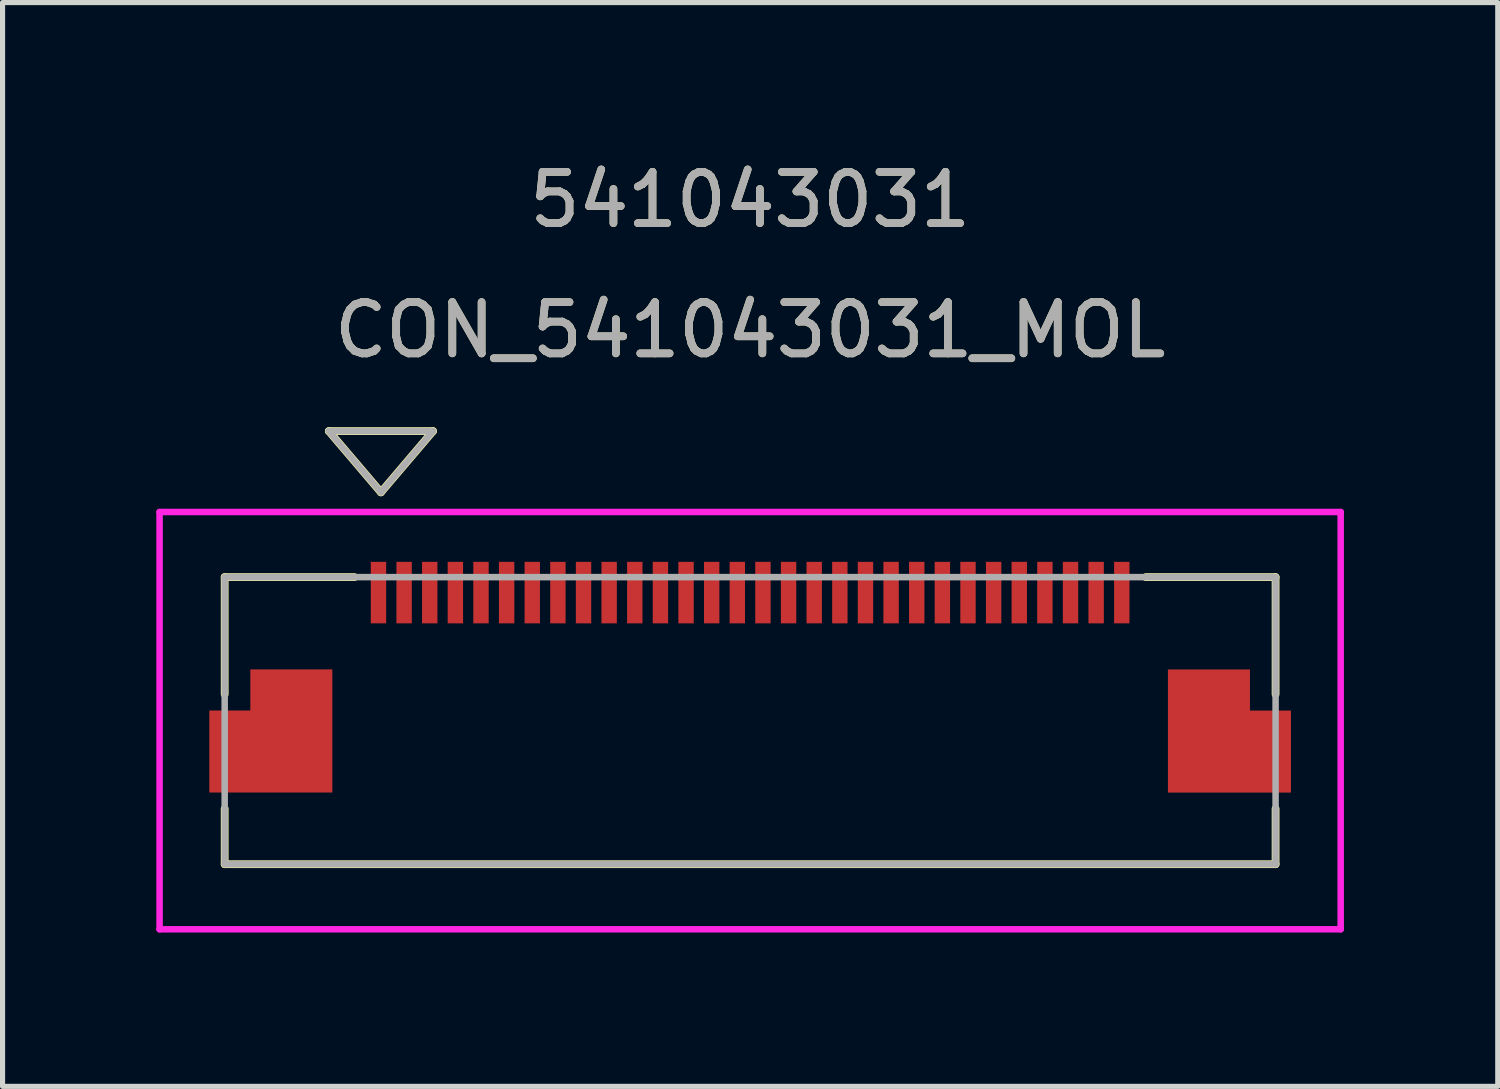
<source format=kicad_pcb>
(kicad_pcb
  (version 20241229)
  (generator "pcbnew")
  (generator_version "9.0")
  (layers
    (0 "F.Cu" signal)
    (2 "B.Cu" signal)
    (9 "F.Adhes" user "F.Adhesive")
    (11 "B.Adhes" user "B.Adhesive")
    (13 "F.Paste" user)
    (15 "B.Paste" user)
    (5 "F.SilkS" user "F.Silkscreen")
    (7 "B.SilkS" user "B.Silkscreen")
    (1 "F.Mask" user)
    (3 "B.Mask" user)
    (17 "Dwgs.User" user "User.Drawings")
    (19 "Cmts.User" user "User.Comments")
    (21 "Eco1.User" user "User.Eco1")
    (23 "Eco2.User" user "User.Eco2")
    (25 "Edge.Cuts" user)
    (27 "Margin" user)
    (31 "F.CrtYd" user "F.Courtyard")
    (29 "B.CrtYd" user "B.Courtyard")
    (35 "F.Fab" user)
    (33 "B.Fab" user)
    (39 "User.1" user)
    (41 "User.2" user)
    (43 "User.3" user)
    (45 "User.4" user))
  (footprint "CON_541043031_MOL"
    (layer "F.Cu")
    (at 11.583 11.008)
    (property "Reference" "CON_541043031_MOL" (at 0 -7.62 0) (unlocked yes) (layer "F.SilkS") (effects (font (size 1 1) (thickness 0.15))))
    (attr smd)
    (fp_line (start -10.25 -2.8) (end -10.25 -0.516) (stroke (width 0.152) (type solid)) (layer "F.SilkS"))
    (fp_line (start -10.25 1.719) (end -10.25 2.8) (stroke (width 0.152) (type solid)) (layer "F.SilkS"))
    (fp_line (start -10.25 2.8) (end 10.25 2.8) (stroke (width 0.152) (type solid)) (layer "F.SilkS"))
    (fp_line (start -8.218 -5.648) (end -7.202 -4.454) (stroke (width 0.152) (type solid)) (layer "F.SilkS"))
    (fp_line (start -8.218 -5.648) (end -6.186 -5.648) (stroke (width 0.152) (type solid)) (layer "F.SilkS"))
    (fp_line (start -7.717 -2.8) (end -10.25 -2.8) (stroke (width 0.152) (type solid)) (layer "F.SilkS"))
    (fp_line (start -6.186 -5.648) (end -7.202 -4.454) (stroke (width 0.152) (type solid)) (layer "F.SilkS"))
    (fp_line (start 10.25 -2.8) (end 7.718 -2.8) (stroke (width 0.152) (type solid)) (layer "F.SilkS"))
    (fp_line (start 10.25 -0.516) (end 10.25 -2.8) (stroke (width 0.152) (type solid)) (layer "F.SilkS"))
    (fp_line (start 10.25 2.8) (end 10.25 1.719) (stroke (width 0.152) (type solid)) (layer "F.SilkS"))
    (fp_line (start -11.52 -4.07) (end -11.52 4.07) (stroke (width 0.127) (type solid)) (layer "F.CrtYd"))
    (fp_line (start -11.52 4.07) (end 11.52 4.07) (stroke (width 0.127) (type solid)) (layer "F.CrtYd"))
    (fp_line (start 11.52 -4.07) (end -11.52 -4.07) (stroke (width 0.127) (type solid)) (layer "F.CrtYd"))
    (fp_line (start 11.52 4.07) (end 11.52 -4.07) (stroke (width 0.127) (type solid)) (layer "F.CrtYd"))
    (fp_line (start -10.25 -2.8) (end -10.25 2.8) (stroke (width 0.127) (type solid)) (layer "F.Fab"))
    (fp_line (start -10.25 2.8) (end 10.25 2.8) (stroke (width 0.127) (type solid)) (layer "F.Fab"))
    (fp_line (start -8.218 -5.648) (end -7.202 -4.454) (stroke (width 0.127) (type solid)) (layer "F.Fab"))
    (fp_line (start -8.218 -5.648) (end -6.186 -5.648) (stroke (width 0.127) (type solid)) (layer "F.Fab"))
    (fp_line (start -6.186 -5.648) (end -7.202 -4.454) (stroke (width 0.127) (type solid)) (layer "F.Fab"))
    (fp_line (start 10.25 -2.8) (end -10.25 -2.8) (stroke (width 0.127) (type solid)) (layer "F.Fab"))
    (fp_line (start 10.25 2.8) (end 10.25 -2.8) (stroke (width 0.127) (type solid)) (layer "F.Fab"))
    (fp_text user "541043031" (at 0 -10.16 0) (unlocked yes) (layer "F.SilkS") (effects (font (size 1 1) (thickness 0.15))))
    (fp_text user "${REFERENCE}" (at 0 -7.62 0) (unlocked yes) (layer "F.Fab") (effects (font (size 1 1) (thickness 0.15))))
    (fp_text user "541043031" (at 0 -10.16 0) (unlocked yes) (layer "F.Fab") (effects (font (size 1 1) (thickness 0.15))))
    (pad "1" smd rect (at -7.25 -2.498) (size 0.3 1.2) (layers "F.Cu" "F.Mask" "F.Paste"))
    (pad "2" smd rect (at -6.75 -2.498) (size 0.3 1.2) (layers "F.Cu" "F.Mask" "F.Paste"))
    (pad "3" smd rect (at -6.25 -2.498) (size 0.3 1.2) (layers "F.Cu" "F.Mask" "F.Paste"))
    (pad "4" smd rect (at -5.75 -2.498) (size 0.3 1.2) (layers "F.Cu" "F.Mask" "F.Paste"))
    (pad "5" smd rect (at -5.25 -2.498) (size 0.3 1.2) (layers "F.Cu" "F.Mask" "F.Paste"))
    (pad "6" smd rect (at -4.75 -2.498) (size 0.3 1.2) (layers "F.Cu" "F.Mask" "F.Paste"))
    (pad "7" smd rect (at -4.25 -2.498) (size 0.3 1.2) (layers "F.Cu" "F.Mask" "F.Paste"))
    (pad "8" smd rect (at -3.75 -2.498) (size 0.3 1.2) (layers "F.Cu" "F.Mask" "F.Paste"))
    (pad "9" smd rect (at -3.25 -2.498) (size 0.3 1.2) (layers "F.Cu" "F.Mask" "F.Paste"))
    (pad "10" smd rect (at -2.75 -2.498) (size 0.3 1.2) (layers "F.Cu" "F.Mask" "F.Paste"))
    (pad "11" smd rect (at -2.25 -2.498) (size 0.3 1.2) (layers "F.Cu" "F.Mask" "F.Paste"))
    (pad "12" smd rect (at -1.75 -2.498) (size 0.3 1.2) (layers "F.Cu" "F.Mask" "F.Paste"))
    (pad "13" smd rect (at -1.25 -2.498) (size 0.3 1.2) (layers "F.Cu" "F.Mask" "F.Paste"))
    (pad "14" smd rect (at -0.75 -2.498) (size 0.3 1.2) (layers "F.Cu" "F.Mask" "F.Paste"))
    (pad "15" smd rect (at -0.25 -2.498) (size 0.3 1.2) (layers "F.Cu" "F.Mask" "F.Paste"))
    (pad "16" smd rect (at 0.25 -2.498) (size 0.3 1.2) (layers "F.Cu" "F.Mask" "F.Paste"))
    (pad "17" smd rect (at 0.75 -2.498) (size 0.3 1.2) (layers "F.Cu" "F.Mask" "F.Paste"))
    (pad "18" smd rect (at 1.25 -2.498) (size 0.3 1.2) (layers "F.Cu" "F.Mask" "F.Paste"))
    (pad "19" smd rect (at 1.75 -2.498) (size 0.3 1.2) (layers "F.Cu" "F.Mask" "F.Paste"))
    (pad "20" smd rect (at 2.25 -2.498) (size 0.3 1.2) (layers "F.Cu" "F.Mask" "F.Paste"))
    (pad "21" smd rect (at 2.75 -2.498) (size 0.3 1.2) (layers "F.Cu" "F.Mask" "F.Paste"))
    (pad "22" smd rect (at 3.25 -2.498) (size 0.3 1.2) (layers "F.Cu" "F.Mask" "F.Paste"))
    (pad "23" smd rect (at 3.75 -2.498) (size 0.3 1.2) (layers "F.Cu" "F.Mask" "F.Paste"))
    (pad "24" smd rect (at 4.25 -2.498) (size 0.3 1.2) (layers "F.Cu" "F.Mask" "F.Paste"))
    (pad "25" smd rect (at 4.75 -2.498) (size 0.3 1.2) (layers "F.Cu" "F.Mask" "F.Paste"))
    (pad "26" smd rect (at 5.25 -2.498) (size 0.3 1.2) (layers "F.Cu" "F.Mask" "F.Paste"))
    (pad "27" smd rect (at 5.75 -2.498) (size 0.3 1.2) (layers "F.Cu" "F.Mask" "F.Paste"))
    (pad "28" smd rect (at 6.25 -2.498) (size 0.3 1.2) (layers "F.Cu" "F.Mask" "F.Paste"))
    (pad "29" smd rect (at 6.75 -2.498) (size 0.3 1.2) (layers "F.Cu" "F.Mask" "F.Paste"))
    (pad "30" smd rect (at 7.25 -2.498) (size 0.3 1.2) (layers "F.Cu" "F.Mask" "F.Paste"))
    (pad "MP" smd custom (at -8.95 0.201) (size 1.6 2.402) (layers "F.Cu" "F.Mask" "F.Paste") (options (anchor rect)) (primitives (gr_poly (pts (xy -1.6 1.201) (xy -1.6 -0.399) (xy -0.8 -0.399) (xy -0.8 -1.201) (xy 0.8 -1.201) (xy 0.8 1.201) (xy -0.8 1.201)) (width 0) (fill yes))))
    (pad "MP" smd custom (at 8.95 0.202) (size 1.6 2.402) (layers "F.Cu" "F.Mask" "F.Paste") (options (anchor rect)) (primitives (gr_poly (pts (xy 1.6 1.201) (xy 1.6 -0.399) (xy 0.8 -0.399) (xy 0.8 -1.201) (xy -0.8 -1.201) (xy -0.8 1.201) (xy 0.8 1.201)) (width 0) (fill yes)))))
  (gr_rect
    (start -3 -3)
    (end 26.167 18.142)
    (stroke (width 0.1) (type default))
    (fill no)
    (layer "Edge.Cuts")))
</source>
